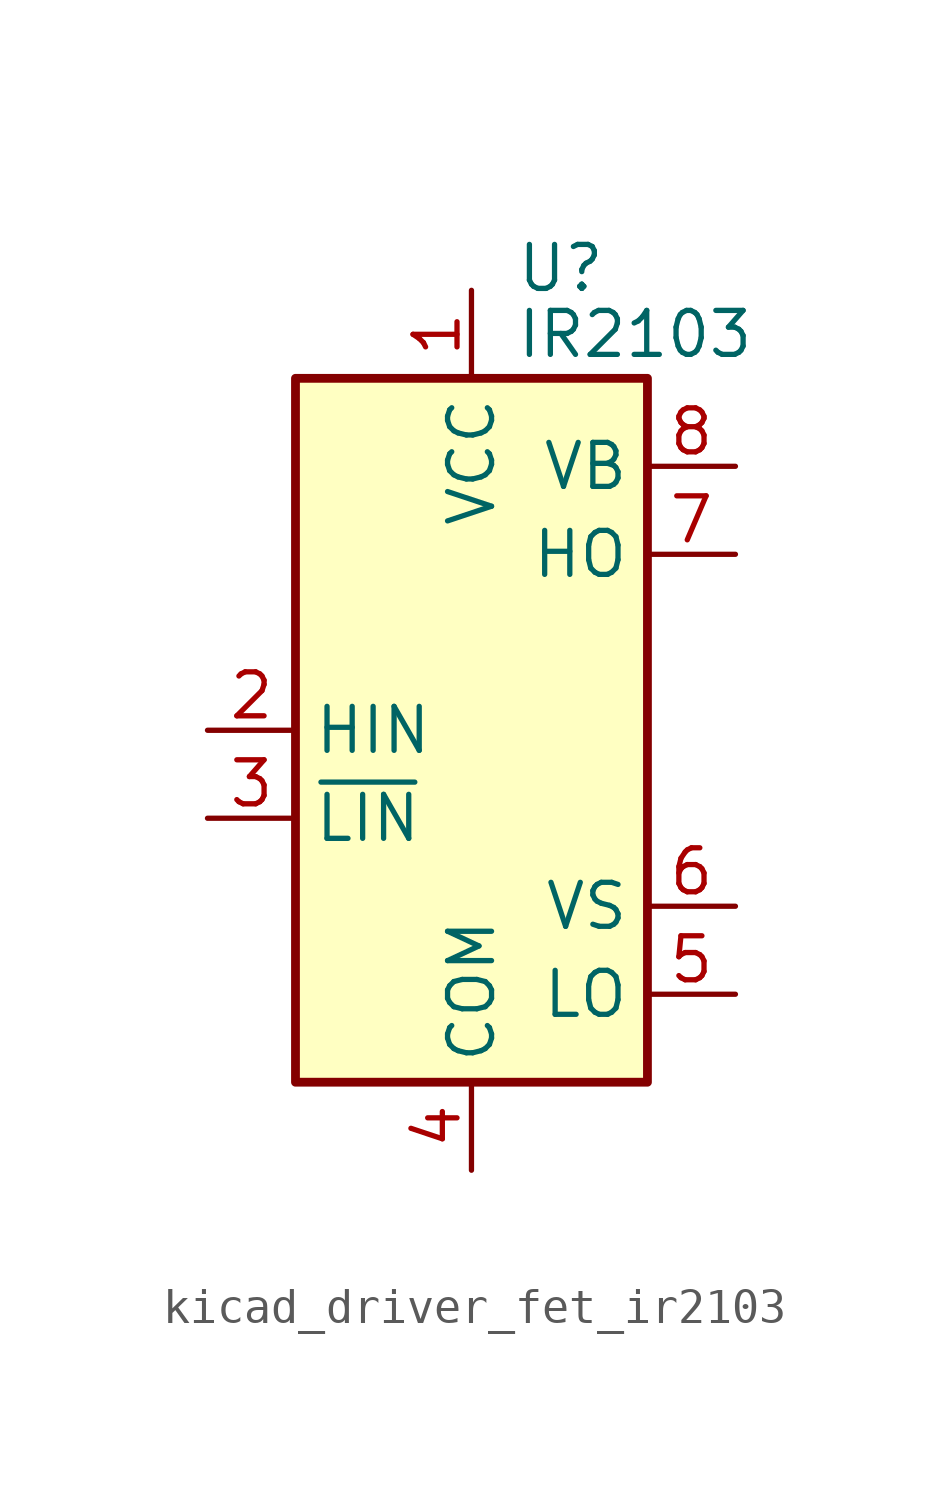
<source format=kicad_sym>
(kicad_symbol_lib
  (version 20220914)
  (generator kicad_symbol_editor)
  (symbol "kicad_driver_fet_ir2103"
    (property "Reference" "U"
      (at 1.27 13.335 0)
      (effects (font (size 1.27 1.27)) (justify left)))
    (property "Value" "IR2103"
      (at 1.27 11.43 0)
      (effects (font (size 1.27 1.27)) (justify left)))
    (symbol "kicad_driver_fet_ir2103_0_1"
      (rectangle (start -5.08 -10.16) (end 5.08 10.16) (stroke (width 0.254) (type default)) (fill (type background))))
    (symbol "kicad_driver_fet_ir2103_1_1"
      (pin power_in line (at 0 12.7 270) (length 2.54) (name "VCC" (effects (font (size 1.27 1.27)))) (number "1" (effects (font (size 1.27 1.27)))))
      (pin input line (at -7.62 0 0) (length 2.54) (name "HIN" (effects (font (size 1.27 1.27)))) (number "2" (effects (font (size 1.27 1.27)))))
      (pin input line (at -7.62 -2.54 0) (length 2.54) (name "~{LIN}" (effects (font (size 1.27 1.27)))) (number "3" (effects (font (size 1.27 1.27)))))
      (pin power_in line (at 0 -12.7 90) (length 2.54) (name "COM" (effects (font (size 1.27 1.27)))) (number "4" (effects (font (size 1.27 1.27)))))
      (pin output line (at 7.62 -7.62 180) (length 2.54) (name "LO" (effects (font (size 1.27 1.27)))) (number "5" (effects (font (size 1.27 1.27)))))
      (pin passive line (at 7.62 -5.08 180) (length 2.54) (name "VS" (effects (font (size 1.27 1.27)))) (number "6" (effects (font (size 1.27 1.27)))))
      (pin output line (at 7.62 5.08 180) (length 2.54) (name "HO" (effects (font (size 1.27 1.27)))) (number "7" (effects (font (size 1.27 1.27)))))
      (pin passive line (at 7.62 7.62 180) (length 2.54) (name "VB" (effects (font (size 1.27 1.27)))) (number "8" (effects (font (size 1.27 1.27))))))))
</source>
